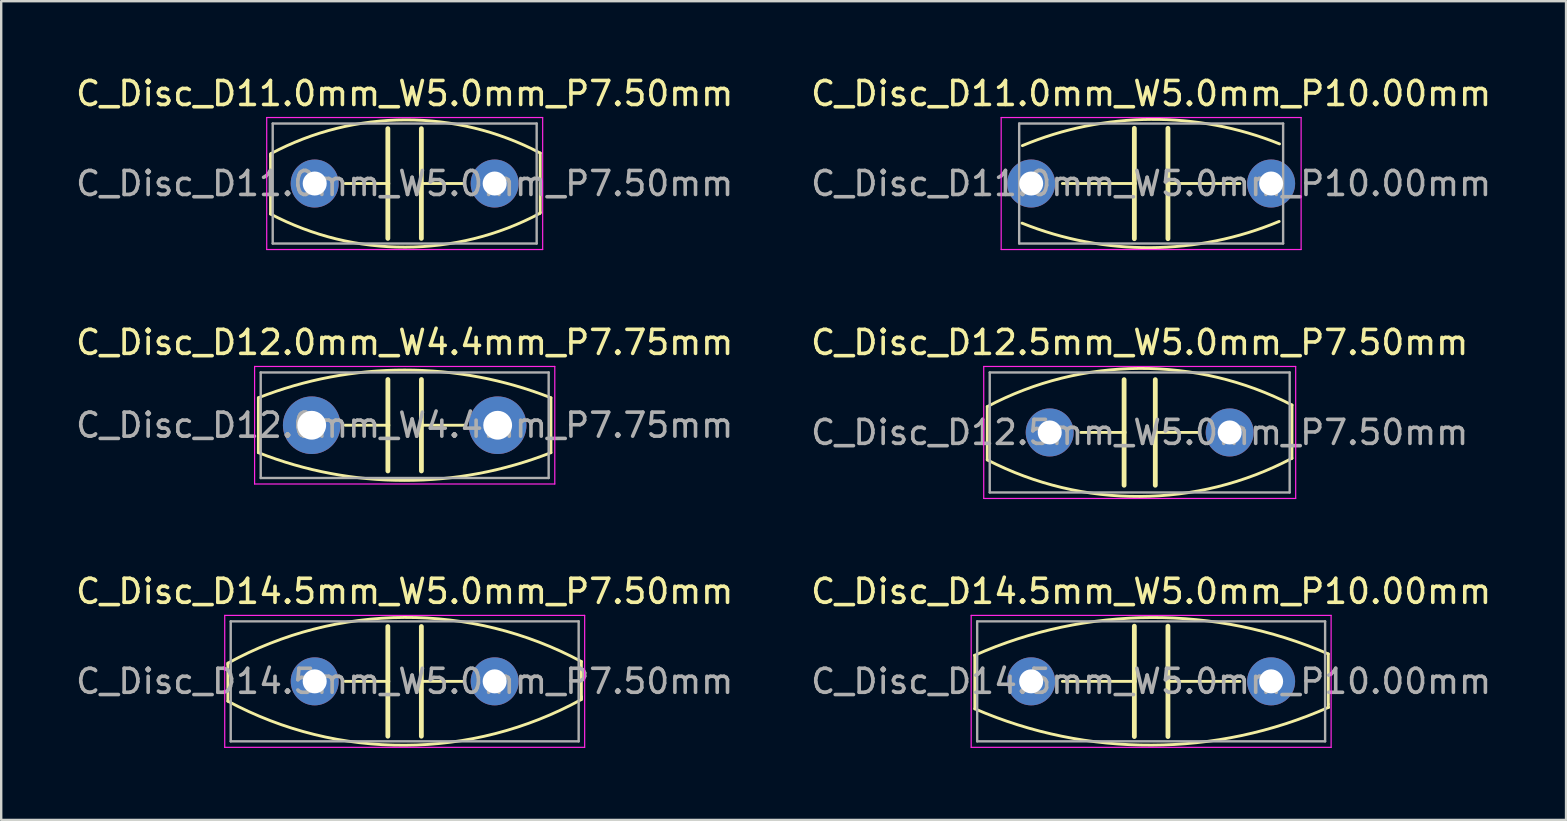
<source format=kicad_pcb>
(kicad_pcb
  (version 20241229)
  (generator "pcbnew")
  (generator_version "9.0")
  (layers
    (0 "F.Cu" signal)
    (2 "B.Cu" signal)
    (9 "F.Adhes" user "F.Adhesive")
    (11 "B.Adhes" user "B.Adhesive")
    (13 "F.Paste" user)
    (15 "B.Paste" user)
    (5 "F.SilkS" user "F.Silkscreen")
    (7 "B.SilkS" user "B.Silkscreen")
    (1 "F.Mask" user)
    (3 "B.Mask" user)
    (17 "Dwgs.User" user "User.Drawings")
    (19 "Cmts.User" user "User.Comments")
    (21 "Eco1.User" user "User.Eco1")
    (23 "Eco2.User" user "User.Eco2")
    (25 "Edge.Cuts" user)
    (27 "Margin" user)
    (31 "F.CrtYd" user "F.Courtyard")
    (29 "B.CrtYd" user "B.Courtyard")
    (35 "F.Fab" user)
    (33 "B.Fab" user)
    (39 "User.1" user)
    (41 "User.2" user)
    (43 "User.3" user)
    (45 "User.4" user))
  (footprint "C_Disc_D11.0mm_W5.0mm_P10.00mm"
    (layer "F.Cu")
    (at 39.923 4.598)
    (property "Reference" "C_Disc_D11.0mm_W5.0mm_P10.00mm" (at 5 -3.75 0) (layer "F.SilkS") (effects (font (size 1 1) (thickness 0.15))))
    (fp_line (start 1.3 0) (end 4.3 0) (stroke (width 0.12) (type solid)) (layer "F.SilkS"))
    (fp_line (start 4.3 0) (end 4.3 -2.3) (stroke (width 0.2) (type solid)) (layer "F.SilkS"))
    (fp_line (start 4.3 0) (end 4.3 2.3) (stroke (width 0.2) (type solid)) (layer "F.SilkS"))
    (fp_line (start 5.7 0) (end 5.7 -2.3) (stroke (width 0.2) (type solid)) (layer "F.SilkS"))
    (fp_line (start 5.7 0) (end 5.7 2.3) (stroke (width 0.2) (type solid)) (layer "F.SilkS"))
    (fp_line (start 5.7 0) (end 8.7 0) (stroke (width 0.12) (type solid)) (layer "F.SilkS"))
    (fp_arc (start -0.365657 -1.579056) (mid 4.985322 -2.672545) (end 10.3505 -1.651) (stroke (width 0.12) (type solid)) (layer "F.SilkS"))
    (fp_arc (start 10.335157 1.579056) (mid 4.984178 2.672545) (end -0.381 1.651) (stroke (width 0.12) (type solid)) (layer "F.SilkS"))
    (fp_line (start -1.25 -2.75) (end -1.25 2.75) (stroke (width 0.05) (type solid)) (layer "F.CrtYd"))
    (fp_line (start -1.25 2.75) (end 11.25 2.75) (stroke (width 0.05) (type solid)) (layer "F.CrtYd"))
    (fp_line (start 11.25 -2.75) (end -1.25 -2.75) (stroke (width 0.05) (type solid)) (layer "F.CrtYd"))
    (fp_line (start 11.25 2.75) (end 11.25 -2.75) (stroke (width 0.05) (type solid)) (layer "F.CrtYd"))
    (fp_line (start -0.5 -2.5) (end -0.5 2.5) (stroke (width 0.1) (type solid)) (layer "F.Fab"))
    (fp_line (start -0.5 2.5) (end 10.5 2.5) (stroke (width 0.1) (type solid)) (layer "F.Fab"))
    (fp_line (start 10.5 -2.5) (end -0.5 -2.5) (stroke (width 0.1) (type solid)) (layer "F.Fab"))
    (fp_line (start 10.5 2.5) (end 10.5 -2.5) (stroke (width 0.1) (type solid)) (layer "F.Fab"))
    (fp_text user "${REFERENCE}" (at 5 0 0) (layer "F.Fab") (effects (font (size 1 1) (thickness 0.15))))
    (pad "1" thru_hole circle (at 0 0) (size 2 2) (drill 1) (layers "*.Cu" "*.Mask"))
    (pad "2" thru_hole circle (at 10 0) (size 2 2) (drill 1) (layers "*.Cu" "*.Mask")))
  (footprint "C_Disc_D14.5mm_W5.0mm_P10.00mm"
    (layer "F.Cu")
    (at 39.923 25.345)
    (property "Reference" "C_Disc_D14.5mm_W5.0mm_P10.00mm" (at 5 -3.75 0) (layer "F.SilkS") (effects (font (size 1 1) (thickness 0.15))))
    (fp_line (start -2.349 -1.079) (end -2.352 -1.086) (stroke (width 0.12) (type solid)) (layer "F.SilkS"))
    (fp_line (start -2.349 1.143) (end -2.349 -1.079) (stroke (width 0.12) (type solid)) (layer "F.SilkS"))
    (fp_line (start 1.3 0) (end 4.3 0) (stroke (width 0.12) (type solid)) (layer "F.SilkS"))
    (fp_line (start 4.3 0) (end 4.3 -2.3) (stroke (width 0.2) (type solid)) (layer "F.SilkS"))
    (fp_line (start 4.3 0) (end 4.3 2.3) (stroke (width 0.2) (type solid)) (layer "F.SilkS"))
    (fp_line (start 5.7 0) (end 5.7 -2.3) (stroke (width 0.2) (type solid)) (layer "F.SilkS"))
    (fp_line (start 5.7 0) (end 5.7 2.3) (stroke (width 0.2) (type solid)) (layer "F.SilkS"))
    (fp_line (start 5.7 0) (end 8.7 0) (stroke (width 0.12) (type solid)) (layer "F.SilkS"))
    (fp_line (start 12.383 -1.143) (end 12.383 0.953) (stroke (width 0.12) (type solid)) (layer "F.SilkS"))
    (fp_line (start 12.383 0.953) (end 12.383 1.079) (stroke (width 0.12) (type solid)) (layer "F.SilkS"))
    (fp_line (start 12.383 1.079) (end 12.385 1.086) (stroke (width 0.12) (type solid)) (layer "F.SilkS"))
    (fp_arc (start -2.352395 -1.086032) (mid 5.009081 -2.659061) (end 12.3825 -1.143) (stroke (width 0.12) (type solid)) (layer "F.SilkS"))
    (fp_arc (start 12.385395 1.086032) (mid 5.023919 2.659061) (end -2.3495 1.143) (stroke (width 0.12) (type solid)) (layer "F.SilkS"))
    (fp_line (start -2.5 -2.75) (end -2.5 2.75) (stroke (width 0.05) (type solid)) (layer "F.CrtYd"))
    (fp_line (start -2.5 2.75) (end 12.5 2.75) (stroke (width 0.05) (type solid)) (layer "F.CrtYd"))
    (fp_line (start 12.5 -2.75) (end -2.5 -2.75) (stroke (width 0.05) (type solid)) (layer "F.CrtYd"))
    (fp_line (start 12.5 2.75) (end 12.5 -2.75) (stroke (width 0.05) (type solid)) (layer "F.CrtYd"))
    (fp_line (start -2.25 -2.5) (end -2.25 2.5) (stroke (width 0.1) (type solid)) (layer "F.Fab"))
    (fp_line (start -2.25 2.5) (end 12.25 2.5) (stroke (width 0.1) (type solid)) (layer "F.Fab"))
    (fp_line (start 12.25 -2.5) (end -2.25 -2.5) (stroke (width 0.1) (type solid)) (layer "F.Fab"))
    (fp_line (start 12.25 2.5) (end 12.25 -2.5) (stroke (width 0.1) (type solid)) (layer "F.Fab"))
    (fp_text user "${REFERENCE}" (at 5 0 0) (layer "F.Fab") (effects (font (size 1 1) (thickness 0.15))))
    (pad "1" thru_hole circle (at 0 0) (size 2 2) (drill 1) (layers "*.Cu" "*.Mask"))
    (pad "2" thru_hole circle (at 10 0) (size 2 2) (drill 1) (layers "*.Cu" "*.Mask")))
  (footprint "C_Disc_D14.5mm_W5.0mm_P7.50mm"
    (layer "F.Cu")
    (at 10.065 25.345)
    (property "Reference" "C_Disc_D14.5mm_W5.0mm_P7.50mm" (at 3.75 -3.75 0) (layer "F.SilkS") (effects (font (size 1 1) (thickness 0.15))))
    (attr through_hole)
    (fp_line (start -3.619 -0.699) (end -3.617 -0.758) (stroke (width 0.12) (type solid)) (layer "F.SilkS"))
    (fp_line (start -3.619 0.826) (end -3.619 -0.699) (stroke (width 0.12) (type solid)) (layer "F.SilkS"))
    (fp_line (start 1.27 0) (end 3.048 0) (stroke (width 0.12) (type solid)) (layer "F.SilkS"))
    (fp_line (start 3.048 0) (end 3.048 -2.286) (stroke (width 0.2) (type solid)) (layer "F.SilkS"))
    (fp_line (start 3.048 0) (end 3.048 2.286) (stroke (width 0.2) (type solid)) (layer "F.SilkS"))
    (fp_line (start 4.445 0) (end 4.445 -2.286) (stroke (width 0.2) (type solid)) (layer "F.SilkS"))
    (fp_line (start 4.445 0) (end 4.445 2.286) (stroke (width 0.2) (type solid)) (layer "F.SilkS"))
    (fp_line (start 4.445 0) (end 6.223 0) (stroke (width 0.12) (type solid)) (layer "F.SilkS"))
    (fp_line (start 11.113 -0.826) (end 11.113 0.635) (stroke (width 0.12) (type solid)) (layer "F.SilkS"))
    (fp_line (start 11.113 0.635) (end 11.113 0.699) (stroke (width 0.12) (type solid)) (layer "F.SilkS"))
    (fp_line (start 11.113 0.699) (end 11.11 0.758) (stroke (width 0.12) (type solid)) (layer "F.SilkS"))
    (fp_arc (start -3.617172 -0.757762) (mid 3.739057 -2.663177) (end 11.1125 -0.8255) (stroke (width 0.12) (type solid)) (layer "F.SilkS"))
    (fp_arc (start 11.110172 0.757762) (mid 3.753943 2.663177) (end -3.6195 0.8255) (stroke (width 0.12) (type solid)) (layer "F.SilkS"))
    (fp_line (start -3.75 -2.75) (end -3.75 2.75) (stroke (width 0.05) (type solid)) (layer "F.CrtYd"))
    (fp_line (start -3.75 2.75) (end 11.25 2.75) (stroke (width 0.05) (type solid)) (layer "F.CrtYd"))
    (fp_line (start 11.25 -2.75) (end -3.75 -2.75) (stroke (width 0.05) (type solid)) (layer "F.CrtYd"))
    (fp_line (start 11.25 2.75) (end 11.25 -2.75) (stroke (width 0.05) (type solid)) (layer "F.CrtYd"))
    (fp_line (start -3.5 -2.5) (end -3.5 2.5) (stroke (width 0.1) (type solid)) (layer "F.Fab"))
    (fp_line (start -3.5 2.5) (end 11 2.5) (stroke (width 0.1) (type solid)) (layer "F.Fab"))
    (fp_line (start 11 -2.5) (end -3.5 -2.5) (stroke (width 0.1) (type solid)) (layer "F.Fab"))
    (fp_line (start 11 2.5) (end 11 -2.5) (stroke (width 0.1) (type solid)) (layer "F.Fab"))
    (fp_text user "${REFERENCE}" (at 3.75 0 0) (layer "F.Fab") (effects (font (size 1 1) (thickness 0.15))))
    (pad "1" thru_hole circle (at 0 0) (size 2 2) (drill 1) (layers "*.Cu" "*.Mask"))
    (pad "2" thru_hole circle (at 7.5 0) (size 2 2) (drill 1) (layers "*.Cu" "*.Mask")))
  (footprint "C_Disc_D12.5mm_W5.0mm_P7.50mm"
    (layer "F.Cu")
    (at 40.696 14.972)
    (property "Reference" "C_Disc_D12.5mm_W5.0mm_P7.50mm" (at 3.75 -3.75 0) (layer "F.SilkS") (effects (font (size 1 1) (thickness 0.15))))
    (fp_line (start -2.603 1.143) (end -2.602 -1.077) (stroke (width 0.12) (type solid)) (layer "F.SilkS"))
    (fp_line (start 1.3 0) (end 3.1 0) (stroke (width 0.12) (type solid)) (layer "F.SilkS"))
    (fp_line (start 3.1 0) (end 3.1 -2.2) (stroke (width 0.2) (type solid)) (layer "F.SilkS"))
    (fp_line (start 3.1 0) (end 3.1 2.2) (stroke (width 0.2) (type solid)) (layer "F.SilkS"))
    (fp_line (start 4.4 0) (end 4.4 -2.2) (stroke (width 0.2) (type solid)) (layer "F.SilkS"))
    (fp_line (start 4.4 0) (end 4.4 2.2) (stroke (width 0.2) (type solid)) (layer "F.SilkS"))
    (fp_line (start 4.4 0) (end 6.2 0) (stroke (width 0.12) (type solid)) (layer "F.SilkS"))
    (fp_line (start 10.097 -1.143) (end 10.095 1.077) (stroke (width 0.12) (type solid)) (layer "F.SilkS"))
    (fp_arc (start -2.602332 -1.077291) (mid 3.739022 -2.668139) (end 10.0965 -1.143) (stroke (width 0.12) (type solid)) (layer "F.SilkS"))
    (fp_arc (start 10.095332 1.077291) (mid 3.753978 2.668139) (end -2.6035 1.143) (stroke (width 0.12) (type solid)) (layer "F.SilkS"))
    (fp_line (start -2.75 -2.75) (end -2.75 2.75) (stroke (width 0.05) (type solid)) (layer "F.CrtYd"))
    (fp_line (start -2.75 2.75) (end 10.25 2.75) (stroke (width 0.05) (type solid)) (layer "F.CrtYd"))
    (fp_line (start 10.25 -2.75) (end -2.75 -2.75) (stroke (width 0.05) (type solid)) (layer "F.CrtYd"))
    (fp_line (start 10.25 2.75) (end 10.25 -2.75) (stroke (width 0.05) (type solid)) (layer "F.CrtYd"))
    (fp_line (start -2.5 -2.5) (end -2.5 2.5) (stroke (width 0.1) (type solid)) (layer "F.Fab"))
    (fp_line (start -2.5 2.5) (end 10 2.5) (stroke (width 0.1) (type solid)) (layer "F.Fab"))
    (fp_line (start 10 -2.5) (end -2.5 -2.5) (stroke (width 0.1) (type solid)) (layer "F.Fab"))
    (fp_line (start 10 2.5) (end 10 -2.5) (stroke (width 0.1) (type solid)) (layer "F.Fab"))
    (fp_text user "${REFERENCE}" (at 3.75 0 0) (layer "F.Fab") (effects (font (size 1 1) (thickness 0.15))))
    (pad "1" thru_hole circle (at 0 0) (size 2 2) (drill 1) (layers "*.Cu" "*.Mask"))
    (pad "2" thru_hole circle (at 7.5 0) (size 2 2) (drill 1) (layers "*.Cu" "*.Mask")))
  (footprint "C_Disc_D11.0mm_W5.0mm_P7.50mm"
    (layer "F.Cu")
    (at 10.065 4.598)
    (property "Reference" "C_Disc_D11.0mm_W5.0mm_P7.50mm" (at 3.75 -3.75 0) (layer "F.SilkS") (effects (font (size 1 1) (thickness 0.15))))
    (attr through_hole)
    (fp_line (start -1.841 -1.206) (end -1.828 -1.244) (stroke (width 0.12) (type solid)) (layer "F.SilkS"))
    (fp_line (start -1.841 -1.143) (end -1.841 -1.206) (stroke (width 0.12) (type solid)) (layer "F.SilkS"))
    (fp_line (start -1.841 1.27) (end -1.841 -1.143) (stroke (width 0.12) (type solid)) (layer "F.SilkS"))
    (fp_line (start 1.27 0) (end 3.048 0) (stroke (width 0.12) (type solid)) (layer "F.SilkS"))
    (fp_line (start 3.048 0) (end 3.048 -2.286) (stroke (width 0.2) (type solid)) (layer "F.SilkS"))
    (fp_line (start 3.048 0) (end 3.048 2.286) (stroke (width 0.2) (type solid)) (layer "F.SilkS"))
    (fp_line (start 4.445 0) (end 4.445 -2.286) (stroke (width 0.2) (type solid)) (layer "F.SilkS"))
    (fp_line (start 4.445 0) (end 4.445 2.286) (stroke (width 0.2) (type solid)) (layer "F.SilkS"))
    (fp_line (start 4.445 0) (end 6.223 0) (stroke (width 0.12) (type solid)) (layer "F.SilkS"))
    (fp_line (start 9.398 -1.27) (end 9.398 1.206) (stroke (width 0.12) (type solid)) (layer "F.SilkS"))
    (fp_line (start 9.398 1.206) (end 9.384 1.244) (stroke (width 0.12) (type solid)) (layer "F.SilkS"))
    (fp_arc (start -1.827515 -1.243759) (mid 3.781981 -2.652175) (end 9.398 -1.27) (stroke (width 0.12) (type solid)) (layer "F.SilkS"))
    (fp_arc (start 9.384015 1.243759) (mid 3.774519 2.652175) (end -1.8415 1.27) (stroke (width 0.12) (type solid)) (layer "F.SilkS"))
    (fp_line (start -2 -2.75) (end -2 2.75) (stroke (width 0.05) (type solid)) (layer "F.CrtYd"))
    (fp_line (start -2 2.75) (end 9.5 2.75) (stroke (width 0.05) (type solid)) (layer "F.CrtYd"))
    (fp_line (start 9.5 -2.75) (end -2 -2.75) (stroke (width 0.05) (type solid)) (layer "F.CrtYd"))
    (fp_line (start 9.5 2.75) (end 9.5 -2.75) (stroke (width 0.05) (type solid)) (layer "F.CrtYd"))
    (fp_line (start -1.75 -2.5) (end -1.75 2.5) (stroke (width 0.1) (type solid)) (layer "F.Fab"))
    (fp_line (start -1.75 2.5) (end 9.25 2.5) (stroke (width 0.1) (type solid)) (layer "F.Fab"))
    (fp_line (start 9.25 -2.5) (end -1.75 -2.5) (stroke (width 0.1) (type solid)) (layer "F.Fab"))
    (fp_line (start 9.25 2.5) (end 9.25 -2.5) (stroke (width 0.1) (type solid)) (layer "F.Fab"))
    (fp_text user "${REFERENCE}" (at 3.75 0 0) (layer "F.Fab") (effects (font (size 1 1) (thickness 0.15))))
    (pad "1" thru_hole circle (at 0 0) (size 2 2) (drill 1) (layers "*.Cu" "*.Mask"))
    (pad "2" thru_hole circle (at 7.5 0) (size 2 2) (drill 1) (layers "*.Cu" "*.Mask")))
  (footprint "C_Disc_D12.0mm_W4.4mm_P7.75mm"
    (layer "F.Cu")
    (at 9.94 14.671)
    (property "Reference" "C_Disc_D12.0mm_W4.4mm_P7.75mm" (at 3.875 -3.45 0) (layer "F.SilkS") (effects (font (size 1 1) (thickness 0.15))))
    (attr through_hole)
    (fp_line (start -2.223 1.143) (end -2.223 -1.143) (stroke (width 0.12) (type solid)) (layer "F.SilkS"))
    (fp_line (start 1.397 0) (end 3.175 0) (stroke (width 0.12) (type solid)) (layer "F.SilkS"))
    (fp_line (start 3.175 0) (end 3.175 -1.905) (stroke (width 0.2) (type solid)) (layer "F.SilkS"))
    (fp_line (start 3.175 0) (end 3.175 1.905) (stroke (width 0.2) (type solid)) (layer "F.SilkS"))
    (fp_line (start 4.572 0) (end 4.572 -1.905) (stroke (width 0.2) (type solid)) (layer "F.SilkS"))
    (fp_line (start 4.572 0) (end 4.572 1.905) (stroke (width 0.2) (type solid)) (layer "F.SilkS"))
    (fp_line (start 4.572 0) (end 6.35 0) (stroke (width 0.12) (type solid)) (layer "F.SilkS"))
    (fp_line (start 9.97 -1.143) (end 9.97 1.143) (stroke (width 0.12) (type solid)) (layer "F.SilkS"))
    (fp_arc (start -2.2225 -1.142999) (mid 3.8735 -2.299082) (end 9.9695 -1.143) (stroke (width 0.12) (type solid)) (layer "F.SilkS"))
    (fp_arc (start 9.9695 1.142999) (mid 3.8735 2.299082) (end -2.2225 1.143) (stroke (width 0.12) (type solid)) (layer "F.SilkS"))
    (fp_line (start -2.38 -2.45) (end -2.38 2.45) (stroke (width 0.05) (type solid)) (layer "F.CrtYd"))
    (fp_line (start -2.38 2.45) (end 10.13 2.45) (stroke (width 0.05) (type solid)) (layer "F.CrtYd"))
    (fp_line (start 10.13 -2.45) (end -2.38 -2.45) (stroke (width 0.05) (type solid)) (layer "F.CrtYd"))
    (fp_line (start 10.13 2.45) (end 10.13 -2.45) (stroke (width 0.05) (type solid)) (layer "F.CrtYd"))
    (fp_line (start -2.125 -2.2) (end -2.125 2.2) (stroke (width 0.1) (type solid)) (layer "F.Fab"))
    (fp_line (start -2.125 2.2) (end 9.875 2.2) (stroke (width 0.1) (type solid)) (layer "F.Fab"))
    (fp_line (start 9.875 -2.2) (end -2.125 -2.2) (stroke (width 0.1) (type solid)) (layer "F.Fab"))
    (fp_line (start 9.875 2.2) (end 9.875 -2.2) (stroke (width 0.1) (type solid)) (layer "F.Fab"))
    (fp_text user "${REFERENCE}" (at 3.875 0 0) (layer "F.Fab") (effects (font (size 1 1) (thickness 0.15))))
    (pad "1" thru_hole circle (at 0 0) (size 2.4 2.4) (drill 1.2) (layers "*.Cu" "*.Mask"))
    (pad "2" thru_hole circle (at 7.75 0) (size 2.4 2.4) (drill 1.2) (layers "*.Cu" "*.Mask")))
  (gr_rect
    (start -3 -3)
    (end 62.214 31.12)
    (stroke (width 0.1) (type default))
    (fill no)
    (layer "Edge.Cuts")))
</source>
